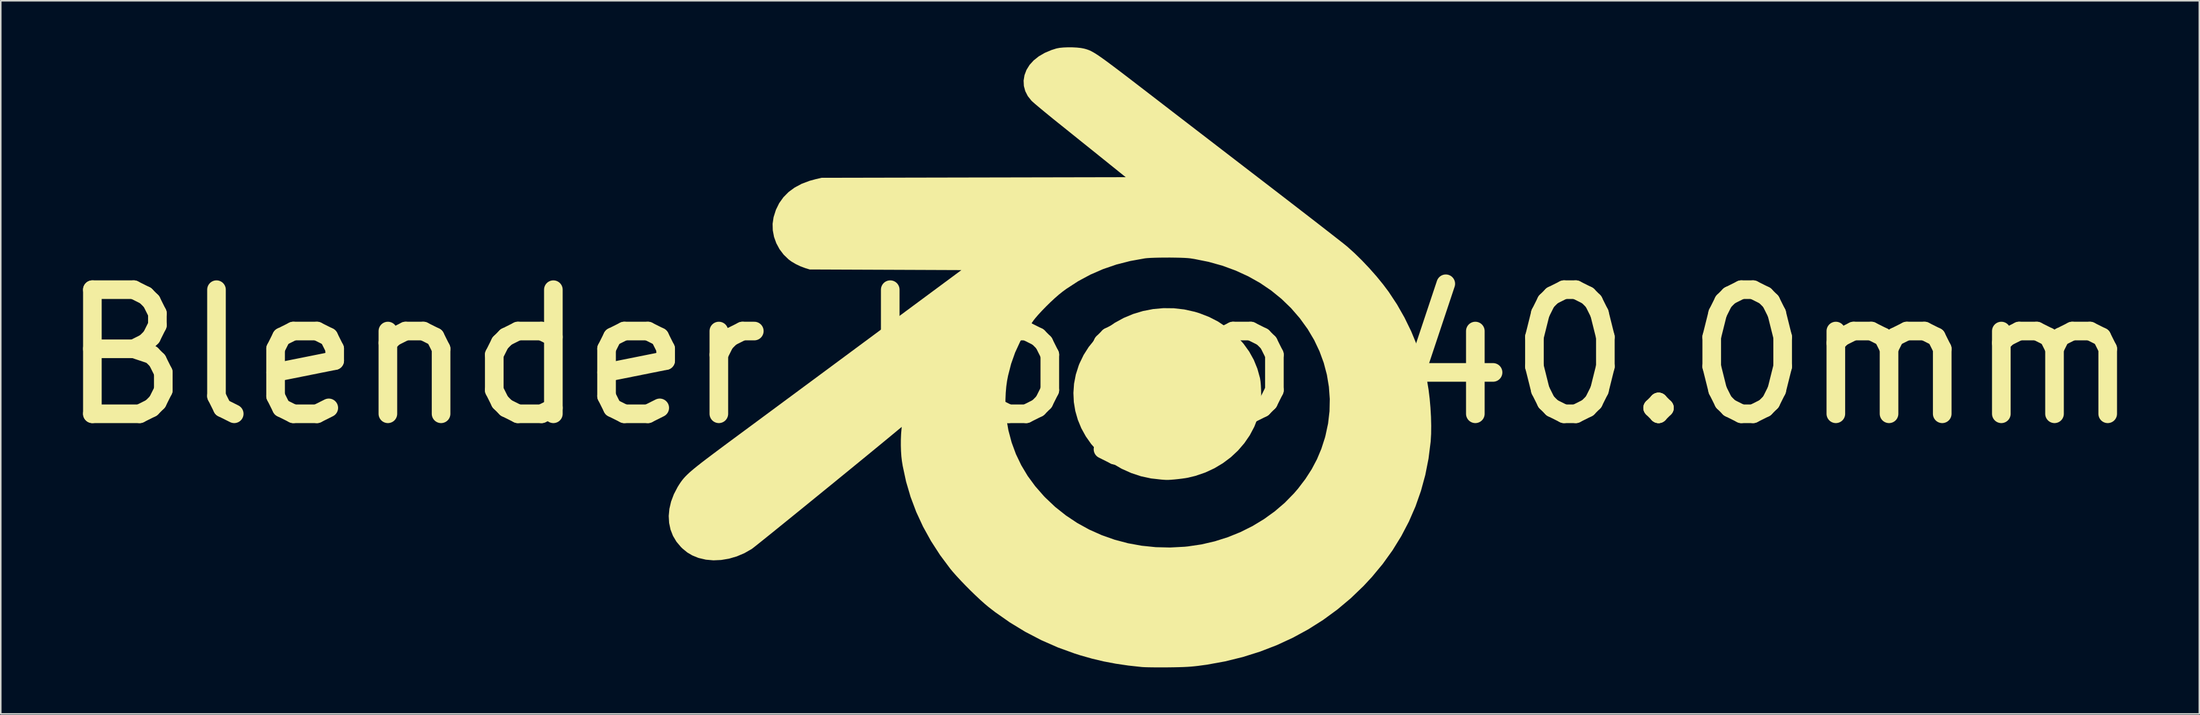
<source format=kicad_pcb>
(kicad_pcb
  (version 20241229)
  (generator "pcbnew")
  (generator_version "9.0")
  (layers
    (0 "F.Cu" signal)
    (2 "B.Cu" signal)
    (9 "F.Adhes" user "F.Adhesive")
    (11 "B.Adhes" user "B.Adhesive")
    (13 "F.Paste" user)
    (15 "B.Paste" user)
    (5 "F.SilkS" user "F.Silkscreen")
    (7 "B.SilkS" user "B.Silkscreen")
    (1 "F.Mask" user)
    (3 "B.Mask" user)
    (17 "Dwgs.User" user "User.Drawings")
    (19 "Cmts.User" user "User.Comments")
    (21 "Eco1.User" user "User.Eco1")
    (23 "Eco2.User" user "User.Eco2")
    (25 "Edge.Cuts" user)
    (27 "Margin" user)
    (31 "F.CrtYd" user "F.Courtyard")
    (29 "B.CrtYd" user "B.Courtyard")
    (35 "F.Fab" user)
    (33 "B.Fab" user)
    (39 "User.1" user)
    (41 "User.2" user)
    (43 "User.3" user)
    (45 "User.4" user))
  (footprint "Blender Logo 40.0mm"
    (layer "F.Cu")
    (at 67.857 19.984)
    (property "Reference" "Blender Logo 40.0mm" (at 0 0 180) (layer "F.SilkS") (effects (font (size 8 8) (thickness 1.2))))
    (attr board_only exclude_from_pos_files exclude_from_bom)
    (fp_poly (pts (xy 4.756 -3.164) (xy 5.429 -3.087) (xy 6.095 -2.939) (xy 6.414 -2.842) (xy 7.032 -2.602) (xy 7.6 -2.31) (xy 8.127 -1.959) (xy 8.624 -1.543) (xy 8.81 -1.364) (xy 9.248 -0.879) (xy 9.614 -0.371) (xy 9.911 0.164) (xy 10.142 0.732) (xy 10.31 1.338) (xy 10.311 1.344) (xy 10.342 1.543) (xy 10.365 1.799) (xy 10.38 2.089) (xy 10.385 2.395) (xy 10.381 2.695) (xy 10.367 2.969) (xy 10.344 3.197) (xy 10.33 3.282) (xy 10.172 3.891) (xy 9.944 4.472) (xy 9.653 5.022) (xy 9.3 5.535) (xy 8.892 6.009) (xy 8.431 6.439) (xy 7.922 6.821) (xy 7.37 7.151) (xy 6.779 7.426) (xy 6.152 7.64) (xy 5.679 7.755) (xy 5.499 7.787) (xy 5.28 7.818) (xy 5.04 7.847) (xy 4.799 7.872) (xy 4.576 7.89) (xy 4.391 7.901) (xy 4.261 7.901) (xy 4.26 7.901) (xy 4.164 7.895) (xy 4.032 7.886) (xy 3.972 7.882) (xy 3.29 7.806) (xy 2.642 7.667) (xy 2.017 7.461) (xy 1.401 7.185) (xy 1.381 7.175) (xy 0.812 6.845) (xy 0.296 6.467) (xy -0.166 6.047) (xy -0.572 5.587) (xy -0.919 5.094) (xy -1.207 4.572) (xy -1.432 4.027) (xy -1.594 3.462) (xy -1.69 2.883) (xy -1.717 2.295) (xy -1.676 1.702) (xy -1.562 1.11) (xy -1.375 0.523) (xy -1.327 0.402) (xy -1.059 -0.153) (xy -0.73 -0.67) (xy -0.334 -1.157) (xy -0.099 -1.401) (xy 0.398 -1.84) (xy 0.939 -2.219) (xy 1.518 -2.537) (xy 2.128 -2.792) (xy 2.763 -2.984) (xy 3.417 -3.111) (xy 4.083 -3.171)) (stroke (width 0) (type solid)) (fill yes) (layer "F.SilkS"))
    (fp_poly (pts (xy -1.783 -19.983) (xy -1.497 -19.968) (xy -1.241 -19.941) (xy -1.06 -19.908) (xy -0.961 -19.883) (xy -0.867 -19.856) (xy -0.775 -19.825) (xy -0.679 -19.787) (xy -0.577 -19.74) (xy -0.465 -19.68) (xy -0.338 -19.606) (xy -0.194 -19.514) (xy -0.027 -19.402) (xy 0.165 -19.267) (xy 0.387 -19.107) (xy 0.642 -18.918) (xy 0.934 -18.699) (xy 1.268 -18.447) (xy 1.646 -18.159) (xy 2.073 -17.832) (xy 2.552 -17.464) (xy 3.088 -17.052) (xy 3.179 -16.982) (xy 3.621 -16.642) (xy 4.116 -16.261) (xy 4.657 -15.844) (xy 5.237 -15.398) (xy 5.848 -14.928) (xy 6.483 -14.44) (xy 7.134 -13.94) (xy 7.793 -13.433) (xy 8.454 -12.925) (xy 9.109 -12.421) (xy 9.75 -11.928) (xy 10.371 -11.452) (xy 10.959 -11) (xy 11.488 -10.593) (xy 12.005 -10.195) (xy 12.507 -9.808) (xy 12.99 -9.435) (xy 13.45 -9.08) (xy 13.883 -8.745) (xy 14.286 -8.432) (xy 14.654 -8.146) (xy 14.984 -7.889) (xy 15.272 -7.664) (xy 15.515 -7.474) (xy 15.708 -7.322) (xy 15.847 -7.21) (xy 15.93 -7.142) (xy 15.931 -7.142) (xy 16.4 -6.72) (xy 16.883 -6.247) (xy 17.363 -5.74) (xy 17.825 -5.217) (xy 18.251 -4.695) (xy 18.605 -4.223) (xy 19.14 -3.414) (xy 19.626 -2.56) (xy 20.058 -1.673) (xy 20.433 -0.764) (xy 20.745 0.156) (xy 20.989 1.077) (xy 21.092 1.575) (xy 21.178 2.101) (xy 21.247 2.665) (xy 21.298 3.249) (xy 21.332 3.835) (xy 21.346 4.404) (xy 21.34 4.937) (xy 21.312 5.417) (xy 21.309 5.451) (xy 21.173 6.53) (xy 20.965 7.583) (xy 20.684 8.611) (xy 20.333 9.611) (xy 19.91 10.583) (xy 19.418 11.524) (xy 18.856 12.435) (xy 18.225 13.313) (xy 17.525 14.157) (xy 16.986 14.737) (xy 16.163 15.528) (xy 15.293 16.258) (xy 14.378 16.927) (xy 13.421 17.533) (xy 12.423 18.076) (xy 11.386 18.555) (xy 10.312 18.969) (xy 9.204 19.317) (xy 8.062 19.598) (xy 6.89 19.811) (xy 6.312 19.889) (xy 6.083 19.914) (xy 5.859 19.935) (xy 5.627 19.951) (xy 5.372 19.963) (xy 5.081 19.972) (xy 4.741 19.979) (xy 4.337 19.984) (xy 4.337 19.984) (xy 4.01 19.985) (xy 3.692 19.985) (xy 3.393 19.983) (xy 3.127 19.979) (xy 2.906 19.973) (xy 2.743 19.965) (xy 2.686 19.961) (xy 1.822 19.867) (xy 1.014 19.748) (xy 0.242 19.602) (xy -0.512 19.423) (xy -1.268 19.209) (xy -1.633 19.093) (xy -2.726 18.697) (xy -3.787 18.23) (xy -4.816 17.694) (xy -5.81 17.09) (xy -6.77 16.417) (xy -7.189 16.093) (xy -7.437 15.886) (xy -7.721 15.632) (xy -8.029 15.343) (xy -8.35 15.032) (xy -8.669 14.711) (xy -8.976 14.392) (xy -9.258 14.087) (xy -9.503 13.81) (xy -9.653 13.629) (xy -10.312 12.745) (xy -10.897 11.84) (xy -11.409 10.914) (xy -11.848 9.966) (xy -12.212 8.998) (xy -12.503 8.009) (xy -12.72 6.999) (xy -12.772 6.68) (xy -12.806 6.388) (xy -12.829 6.046) (xy -12.84 5.678) (xy -12.839 5.31) (xy -12.825 4.966) (xy -12.813 4.804) (xy -12.783 4.483) (xy -13.082 4.731) (xy -13.382 4.979) (xy -13.718 5.257) (xy -14.086 5.56) (xy -14.482 5.885) (xy -14.902 6.23) (xy -15.343 6.591) (xy -15.8 6.965) (xy -16.27 7.349) (xy -16.748 7.739) (xy -17.231 8.134) (xy -17.716 8.528) (xy -18.197 8.92) (xy -18.672 9.306) (xy -19.135 9.683) (xy -19.585 10.048) (xy -20.016 10.398) (xy -20.425 10.729) (xy -20.808 11.039) (xy -21.16 11.324) (xy -21.479 11.58) (xy -21.76 11.806) (xy -22 11.998) (xy -22.194 12.153) (xy -22.339 12.267) (xy -22.431 12.337) (xy -22.459 12.357) (xy -22.924 12.623) (xy -23.412 12.83) (xy -23.914 12.977) (xy -24.421 13.062) (xy -24.921 13.085) (xy -25.407 13.042) (xy -25.868 12.934) (xy -25.918 12.917) (xy -26.283 12.768) (xy -26.605 12.578) (xy -26.906 12.332) (xy -27.011 12.231) (xy -27.303 11.886) (xy -27.528 11.508) (xy -27.686 11.102) (xy -27.777 10.672) (xy -27.802 10.224) (xy -27.759 9.764) (xy -27.649 9.295) (xy -27.471 8.823) (xy -27.226 8.354) (xy -27.139 8.214) (xy -27.064 8.1) (xy -26.989 7.993) (xy -26.91 7.888) (xy -26.823 7.784) (xy -26.725 7.677) (xy -26.612 7.563) (xy -26.479 7.439) (xy -26.324 7.303) (xy -26.141 7.15) (xy -25.927 6.978) (xy -25.679 6.783) (xy -25.392 6.563) (xy -25.062 6.314) (xy -24.686 6.032) (xy -24.26 5.714) (xy -23.779 5.358) (xy -23.241 4.96) (xy -23.227 4.95) (xy -22.871 4.687) (xy -22.458 4.382) (xy -21.994 4.039) (xy -21.486 3.663) (xy -20.938 3.258) (xy -20.803 3.158) (xy -6.098 3.158) (xy -6.081 3.563) (xy -6.05 3.877) (xy -5.908 4.701) (xy -5.699 5.486) (xy -5.423 6.237) (xy -5.079 6.954) (xy -4.666 7.643) (xy -4.181 8.304) (xy -3.624 8.941) (xy -3.533 9.036) (xy -2.891 9.643) (xy -2.202 10.19) (xy -1.472 10.676) (xy -0.703 11.1) (xy 0.101 11.459) (xy 0.936 11.754) (xy 1.798 11.983) (xy 2.684 12.144) (xy 3.59 12.236) (xy 4.513 12.258) (xy 5.448 12.209) (xy 5.661 12.188) (xy 6.54 12.058) (xy 7.402 11.858) (xy 8.24 11.593) (xy 9.05 11.265) (xy 9.827 10.877) (xy 10.564 10.431) (xy 11.259 9.93) (xy 11.904 9.378) (xy 12.494 8.775) (xy 12.761 8.465) (xy 13.237 7.841) (xy 13.642 7.213) (xy 13.983 6.568) (xy 14.265 5.897) (xy 14.494 5.187) (xy 14.531 5.048) (xy 14.699 4.264) (xy 14.791 3.475) (xy 14.808 2.685) (xy 14.751 1.899) (xy 14.622 1.122) (xy 14.42 0.357) (xy 14.146 -0.39) (xy 13.802 -1.115) (xy 13.388 -1.813) (xy 13.381 -1.824) (xy 12.874 -2.524) (xy 12.311 -3.173) (xy 11.694 -3.769) (xy 11.027 -4.311) (xy 10.31 -4.797) (xy 9.547 -5.225) (xy 8.739 -5.595) (xy 7.89 -5.906) (xy 7 -6.155) (xy 6.073 -6.341) (xy 5.815 -6.381) (xy 5.651 -6.397) (xy 5.424 -6.411) (xy 5.148 -6.421) (xy 4.838 -6.427) (xy 4.508 -6.431) (xy 4.171 -6.43) (xy 3.842 -6.427) (xy 3.535 -6.42) (xy 3.264 -6.41) (xy 3.043 -6.396) (xy 2.897 -6.381) (xy 1.952 -6.211) (xy 1.052 -5.981) (xy 0.194 -5.687) (xy -0.626 -5.33) (xy -1.411 -4.908) (xy -2.163 -4.419) (xy -2.42 -4.231) (xy -2.653 -4.045) (xy -2.916 -3.815) (xy -3.195 -3.556) (xy -3.476 -3.281) (xy -3.745 -3.004) (xy -3.99 -2.739) (xy -4.195 -2.499) (xy -4.29 -2.377) (xy -4.756 -1.7) (xy -5.15 -1.014) (xy -5.474 -0.311) (xy -5.732 0.418) (xy -5.928 1.181) (xy -5.993 1.516) (xy -6.044 1.88) (xy -6.079 2.292) (xy -6.097 2.726) (xy -6.098 3.158) (xy -20.803 3.158) (xy -20.356 2.827) (xy -19.745 2.376) (xy -19.112 1.907) (xy -18.461 1.426) (xy -17.799 0.936) (xy -17.13 0.441) (xy -16.461 -0.054) (xy -15.797 -0.546) (xy -15.143 -1.03) (xy -14.614 -1.422) (xy -8.937 -5.624) (xy -13.827 -5.644) (xy -18.717 -5.664) (xy -19.003 -5.752) (xy -19.308 -5.865) (xy -19.616 -6.013) (xy -19.898 -6.181) (xy -20.074 -6.311) (xy -20.395 -6.62) (xy -20.661 -6.972) (xy -20.868 -7.356) (xy -21.014 -7.762) (xy -21.094 -8.183) (xy -21.106 -8.608) (xy -21.045 -9.027) (xy -21.043 -9.036) (xy -20.893 -9.51) (xy -20.682 -9.939) (xy -20.409 -10.321) (xy -20.076 -10.657) (xy -19.683 -10.946) (xy -19.231 -11.187) (xy -18.721 -11.379) (xy -18.326 -11.486) (xy -17.949 -11.573) (xy -8.147 -11.593) (xy 1.654 -11.613) (xy 0.246 -12.746) (xy -0.096 -13.021) (xy -0.483 -13.332) (xy -0.899 -13.666) (xy -1.33 -14.011) (xy -1.759 -14.356) (xy -2.171 -14.687) (xy -2.551 -14.992) (xy -2.684 -15.098) (xy -2.989 -15.343) (xy -3.282 -15.582) (xy -3.557 -15.807) (xy -3.806 -16.013) (xy -4.024 -16.195) (xy -4.202 -16.346) (xy -4.335 -16.463) (xy -4.415 -16.537) (xy -4.422 -16.544) (xy -4.657 -16.839) (xy -4.82 -17.158) (xy -4.91 -17.493) (xy -4.927 -17.839) (xy -4.87 -18.189) (xy -4.742 -18.528) (xy -4.544 -18.849) (xy -4.278 -19.141) (xy -3.951 -19.401) (xy -3.566 -19.625) (xy -3.129 -19.81) (xy -2.804 -19.912) (xy -2.609 -19.949) (xy -2.36 -19.973) (xy -2.078 -19.984)) (stroke (width 0) (type solid)) (fill yes) (layer "F.SilkS")))
  (gr_rect
    (start -3 -3)
    (end 138.714 42.969)
    (stroke (width 0.1) (type default))
    (fill no)
    (layer "Edge.Cuts")))
</source>
